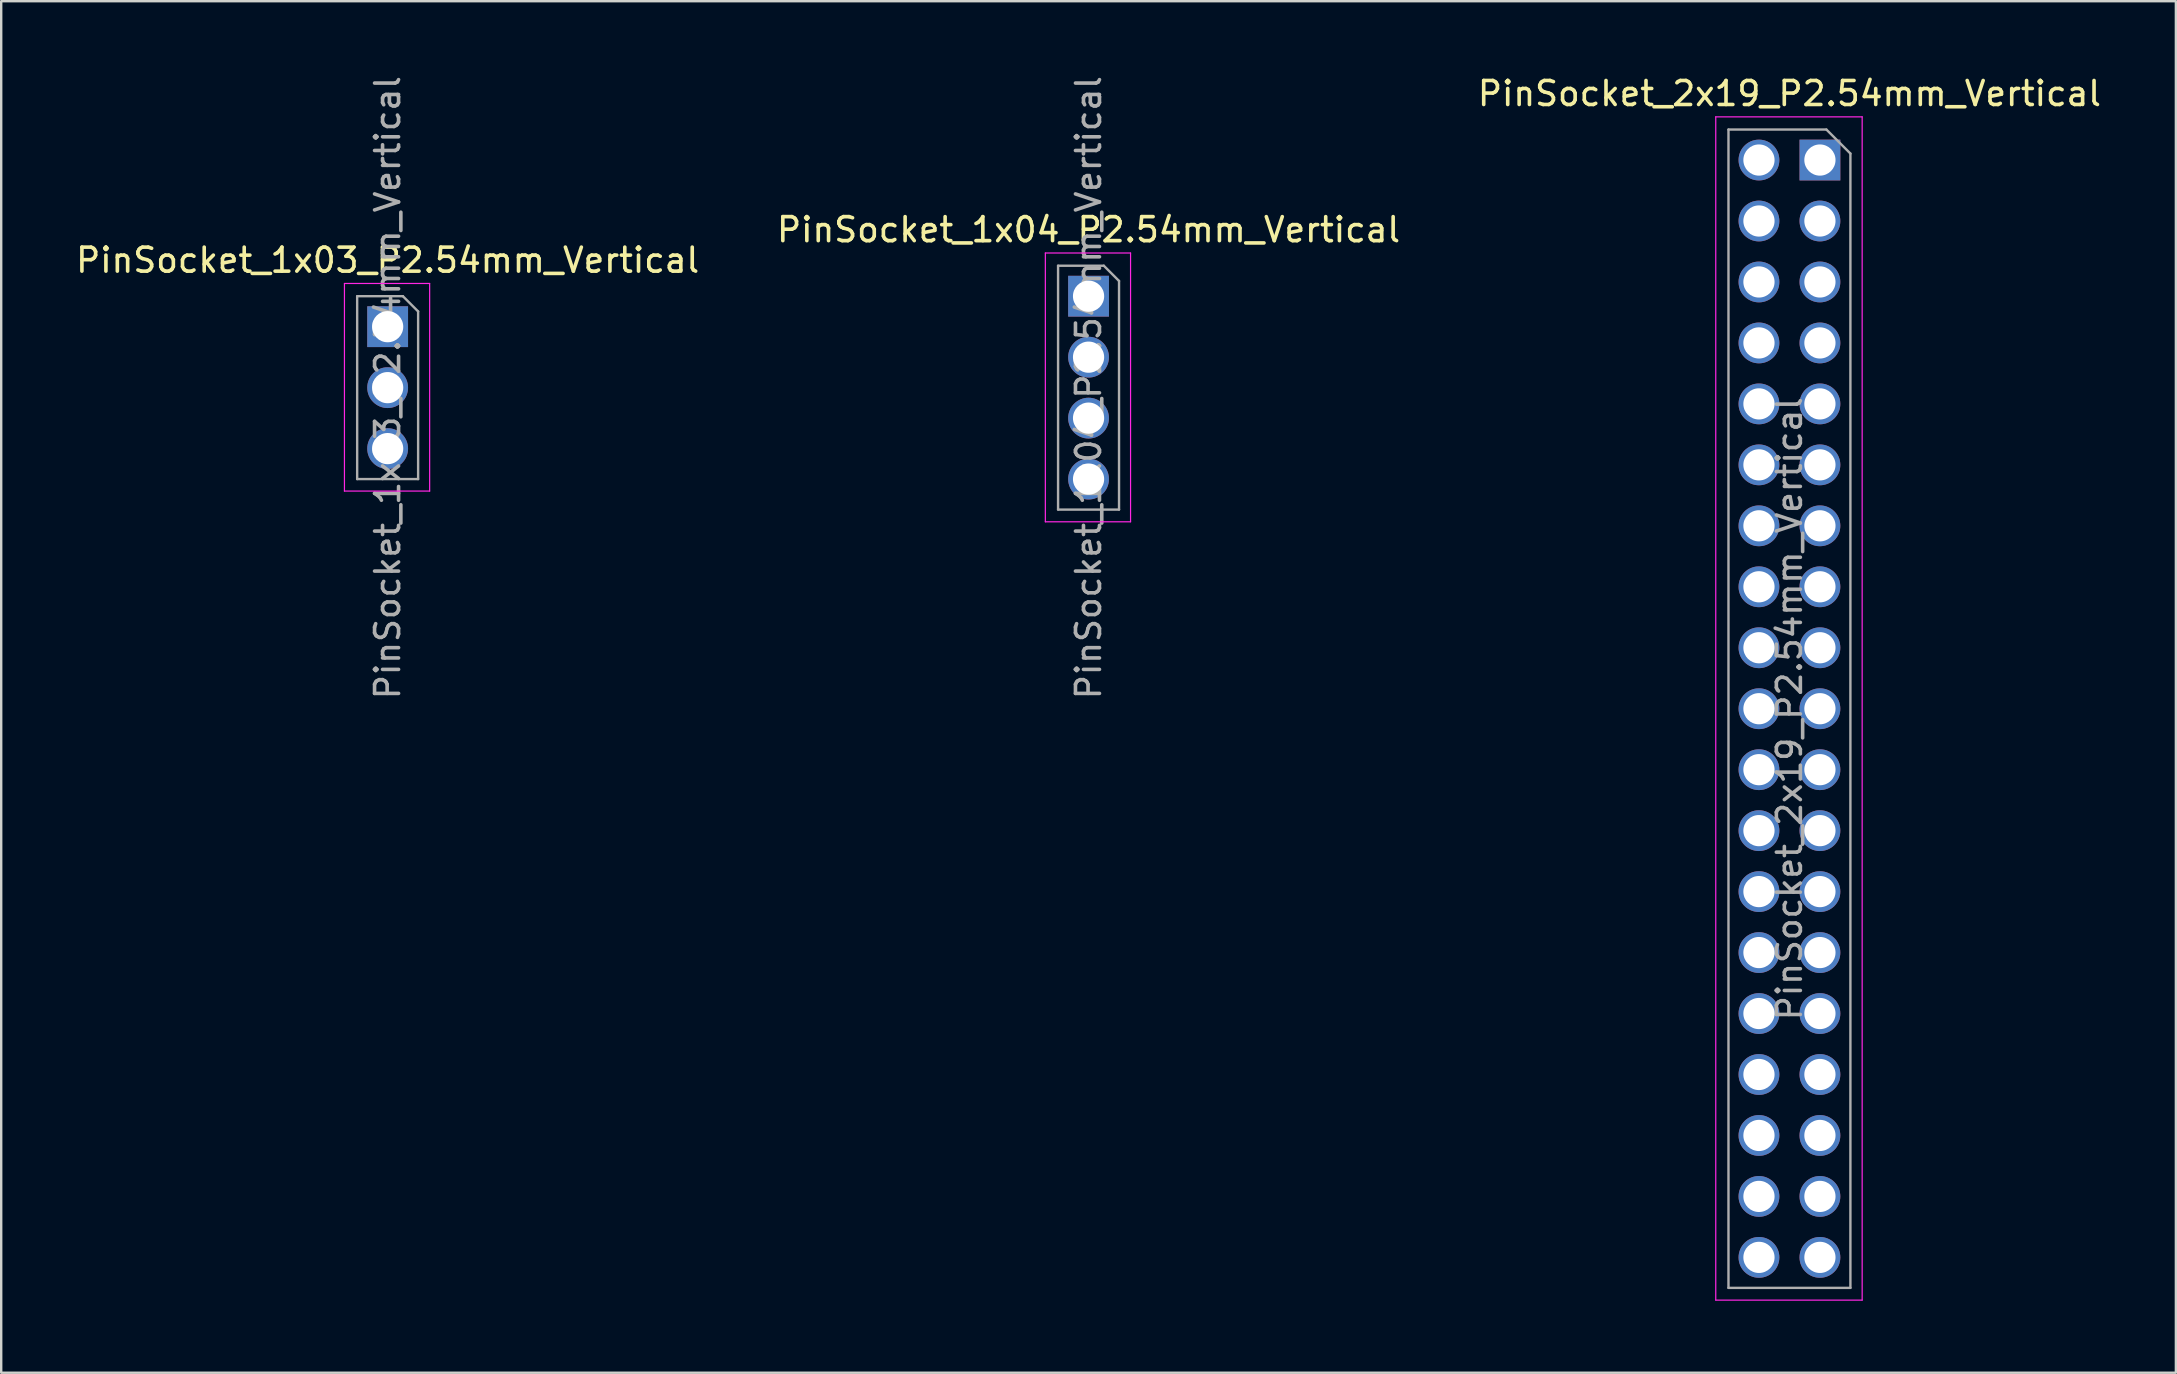
<source format=kicad_pcb>
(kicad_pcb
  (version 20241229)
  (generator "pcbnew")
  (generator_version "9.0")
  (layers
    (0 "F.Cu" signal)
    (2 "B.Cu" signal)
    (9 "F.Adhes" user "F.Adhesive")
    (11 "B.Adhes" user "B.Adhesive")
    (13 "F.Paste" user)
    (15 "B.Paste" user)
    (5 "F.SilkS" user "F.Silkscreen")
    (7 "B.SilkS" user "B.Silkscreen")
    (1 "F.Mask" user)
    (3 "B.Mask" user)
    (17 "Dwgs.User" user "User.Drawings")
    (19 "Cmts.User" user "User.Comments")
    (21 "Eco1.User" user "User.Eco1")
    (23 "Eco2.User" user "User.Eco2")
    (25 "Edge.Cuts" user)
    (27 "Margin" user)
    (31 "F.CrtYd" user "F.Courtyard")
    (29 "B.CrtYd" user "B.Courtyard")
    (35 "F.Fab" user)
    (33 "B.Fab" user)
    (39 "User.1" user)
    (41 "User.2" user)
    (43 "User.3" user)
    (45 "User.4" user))
  (footprint "PinSocket_1x04_P2.54mm_Vertical"
    (layer "F.Cu")
    (at 42.304 9.291)
    (property "Reference" "PinSocket_1x04_P2.54mm_Vertical" (at 0 -2.77 0) (layer "F.SilkS") (effects (font (size 1 1) (thickness 0.15))))
    (attr through_hole)
    (fp_line (start -1.8 -1.8) (end 1.75 -1.8) (stroke (width 0.05) (type solid)) (layer "F.CrtYd"))
    (fp_line (start -1.8 9.4) (end -1.8 -1.8) (stroke (width 0.05) (type solid)) (layer "F.CrtYd"))
    (fp_line (start 1.75 -1.8) (end 1.75 9.4) (stroke (width 0.05) (type solid)) (layer "F.CrtYd"))
    (fp_line (start 1.75 9.4) (end -1.8 9.4) (stroke (width 0.05) (type solid)) (layer "F.CrtYd"))
    (fp_line (start -1.27 -1.27) (end 0.635 -1.27) (stroke (width 0.1) (type solid)) (layer "F.Fab"))
    (fp_line (start -1.27 8.89) (end -1.27 -1.27) (stroke (width 0.1) (type solid)) (layer "F.Fab"))
    (fp_line (start 0.635 -1.27) (end 1.27 -0.635) (stroke (width 0.1) (type solid)) (layer "F.Fab"))
    (fp_line (start 1.27 -0.635) (end 1.27 8.89) (stroke (width 0.1) (type solid)) (layer "F.Fab"))
    (fp_line (start 1.27 8.89) (end -1.27 8.89) (stroke (width 0.1) (type solid)) (layer "F.Fab"))
    (fp_text user "${REFERENCE}" (at 0 3.81 90) (layer "F.Fab") (effects (font (size 1 1) (thickness 0.15))))
    (pad "1" thru_hole rect (at 0 0) (size 1.7 1.7) (drill 1.3) (layers "*.Cu" "*.Mask"))
    (pad "2" thru_hole oval (at 0 2.54) (size 1.7 1.7) (drill 1.3) (layers "*.Cu" "*.Mask"))
    (pad "3" thru_hole oval (at 0 5.08) (size 1.7 1.7) (drill 1.3) (layers "*.Cu" "*.Mask"))
    (pad "4" thru_hole oval (at 0 7.62) (size 1.7 1.7) (drill 1.3) (layers "*.Cu" "*.Mask")))
  (footprint "PinSocket_1x03_P2.54mm_Vertical"
    (layer "F.Cu")
    (at 13.101 10.561)
    (property "Reference" "PinSocket_1x03_P2.54mm_Vertical" (at 0 -2.77 0) (layer "F.SilkS") (effects (font (size 1 1) (thickness 0.15))))
    (attr through_hole)
    (fp_line (start -1.8 -1.8) (end 1.75 -1.8) (stroke (width 0.05) (type solid)) (layer "F.CrtYd"))
    (fp_line (start -1.8 6.85) (end -1.8 -1.8) (stroke (width 0.05) (type solid)) (layer "F.CrtYd"))
    (fp_line (start 1.75 -1.8) (end 1.75 6.85) (stroke (width 0.05) (type solid)) (layer "F.CrtYd"))
    (fp_line (start 1.75 6.85) (end -1.8 6.85) (stroke (width 0.05) (type solid)) (layer "F.CrtYd"))
    (fp_line (start -1.27 -1.27) (end 0.635 -1.27) (stroke (width 0.1) (type solid)) (layer "F.Fab"))
    (fp_line (start -1.27 6.35) (end -1.27 -1.27) (stroke (width 0.1) (type solid)) (layer "F.Fab"))
    (fp_line (start 0.635 -1.27) (end 1.27 -0.635) (stroke (width 0.1) (type solid)) (layer "F.Fab"))
    (fp_line (start 1.27 -0.635) (end 1.27 6.35) (stroke (width 0.1) (type solid)) (layer "F.Fab"))
    (fp_line (start 1.27 6.35) (end -1.27 6.35) (stroke (width 0.1) (type solid)) (layer "F.Fab"))
    (fp_text user "${REFERENCE}" (at 0 2.54 90) (layer "F.Fab") (effects (font (size 1 1) (thickness 0.15))))
    (pad "1" thru_hole rect (at 0 0) (size 1.7 1.7) (drill 1.3) (layers "*.Cu" "*.Mask"))
    (pad "2" thru_hole oval (at 0 2.54) (size 1.7 1.7) (drill 1.3) (layers "*.Cu" "*.Mask"))
    (pad "3" thru_hole oval (at 0 5.08) (size 1.7 1.7) (drill 1.3) (layers "*.Cu" "*.Mask")))
  (footprint "PinSocket_2x19_P2.54mm_Vertical"
    (layer "F.Cu")
    (at 72.776 3.618)
    (property "Reference" "PinSocket_2x19_P2.54mm_Vertical" (at -1.27 -2.77 0) (layer "F.SilkS") (effects (font (size 1 1) (thickness 0.15))))
    (attr through_hole)
    (fp_line (start -4.34 -1.8) (end 1.76 -1.8) (stroke (width 0.05) (type solid)) (layer "F.CrtYd"))
    (fp_line (start -4.34 47.5) (end -4.34 -1.8) (stroke (width 0.05) (type solid)) (layer "F.CrtYd"))
    (fp_line (start 1.76 -1.8) (end 1.76 47.5) (stroke (width 0.05) (type solid)) (layer "F.CrtYd"))
    (fp_line (start 1.76 47.5) (end -4.34 47.5) (stroke (width 0.05) (type solid)) (layer "F.CrtYd"))
    (fp_line (start -3.81 -1.27) (end 0.27 -1.27) (stroke (width 0.1) (type solid)) (layer "F.Fab"))
    (fp_line (start -3.81 46.99) (end -3.81 -1.27) (stroke (width 0.1) (type solid)) (layer "F.Fab"))
    (fp_line (start 0.27 -1.27) (end 1.27 -0.27) (stroke (width 0.1) (type solid)) (layer "F.Fab"))
    (fp_line (start 1.27 -0.27) (end 1.27 46.99) (stroke (width 0.1) (type solid)) (layer "F.Fab"))
    (fp_line (start 1.27 46.99) (end -3.81 46.99) (stroke (width 0.1) (type solid)) (layer "F.Fab"))
    (fp_text user "${REFERENCE}" (at -1.27 22.86 90) (layer "F.Fab") (effects (font (size 1 1) (thickness 0.15))))
    (pad "1" thru_hole rect (at 0 0) (size 1.7 1.7) (drill 1.3) (layers "*.Cu" "*.Mask"))
    (pad "2" thru_hole oval (at -2.54 0) (size 1.7 1.7) (drill 1.3) (layers "*.Cu" "*.Mask"))
    (pad "3" thru_hole oval (at 0 2.54) (size 1.7 1.7) (drill 1.3) (layers "*.Cu" "*.Mask"))
    (pad "4" thru_hole oval (at -2.54 2.54) (size 1.7 1.7) (drill 1.3) (layers "*.Cu" "*.Mask"))
    (pad "5" thru_hole oval (at 0 5.08) (size 1.7 1.7) (drill 1.3) (layers "*.Cu" "*.Mask"))
    (pad "6" thru_hole oval (at -2.54 5.08) (size 1.7 1.7) (drill 1.3) (layers "*.Cu" "*.Mask"))
    (pad "7" thru_hole oval (at 0 7.62) (size 1.7 1.7) (drill 1.3) (layers "*.Cu" "*.Mask"))
    (pad "8" thru_hole oval (at -2.54 7.62) (size 1.7 1.7) (drill 1.3) (layers "*.Cu" "*.Mask"))
    (pad "9" thru_hole oval (at 0 10.16) (size 1.7 1.7) (drill 1.3) (layers "*.Cu" "*.Mask"))
    (pad "10" thru_hole oval (at -2.54 10.16) (size 1.7 1.7) (drill 1.3) (layers "*.Cu" "*.Mask"))
    (pad "11" thru_hole oval (at 0 12.7) (size 1.7 1.7) (drill 1.3) (layers "*.Cu" "*.Mask"))
    (pad "12" thru_hole oval (at -2.54 12.7) (size 1.7 1.7) (drill 1.3) (layers "*.Cu" "*.Mask"))
    (pad "13" thru_hole oval (at 0 15.24) (size 1.7 1.7) (drill 1.3) (layers "*.Cu" "*.Mask"))
    (pad "14" thru_hole oval (at -2.54 15.24) (size 1.7 1.7) (drill 1.3) (layers "*.Cu" "*.Mask"))
    (pad "15" thru_hole oval (at 0 17.78) (size 1.7 1.7) (drill 1.3) (layers "*.Cu" "*.Mask"))
    (pad "16" thru_hole oval (at -2.54 17.78) (size 1.7 1.7) (drill 1.3) (layers "*.Cu" "*.Mask"))
    (pad "17" thru_hole oval (at 0 20.32) (size 1.7 1.7) (drill 1.3) (layers "*.Cu" "*.Mask"))
    (pad "18" thru_hole oval (at -2.54 20.32) (size 1.7 1.7) (drill 1.3) (layers "*.Cu" "*.Mask"))
    (pad "19" thru_hole oval (at 0 22.86) (size 1.7 1.7) (drill 1.3) (layers "*.Cu" "*.Mask"))
    (pad "20" thru_hole oval (at -2.54 22.86) (size 1.7 1.7) (drill 1.3) (layers "*.Cu" "*.Mask"))
    (pad "21" thru_hole oval (at 0 25.4) (size 1.7 1.7) (drill 1.3) (layers "*.Cu" "*.Mask"))
    (pad "22" thru_hole oval (at -2.54 25.4) (size 1.7 1.7) (drill 1.3) (layers "*.Cu" "*.Mask"))
    (pad "23" thru_hole oval (at 0 27.94) (size 1.7 1.7) (drill 1.3) (layers "*.Cu" "*.Mask"))
    (pad "24" thru_hole oval (at -2.54 27.94) (size 1.7 1.7) (drill 1.3) (layers "*.Cu" "*.Mask"))
    (pad "25" thru_hole oval (at 0 30.48) (size 1.7 1.7) (drill 1.3) (layers "*.Cu" "*.Mask"))
    (pad "26" thru_hole oval (at -2.54 30.48) (size 1.7 1.7) (drill 1.3) (layers "*.Cu" "*.Mask"))
    (pad "27" thru_hole oval (at 0 33.02) (size 1.7 1.7) (drill 1.3) (layers "*.Cu" "*.Mask"))
    (pad "28" thru_hole oval (at -2.54 33.02) (size 1.7 1.7) (drill 1.3) (layers "*.Cu" "*.Mask"))
    (pad "29" thru_hole oval (at 0 35.56) (size 1.7 1.7) (drill 1.3) (layers "*.Cu" "*.Mask"))
    (pad "30" thru_hole oval (at -2.54 35.56) (size 1.7 1.7) (drill 1.3) (layers "*.Cu" "*.Mask"))
    (pad "31" thru_hole oval (at 0 38.1) (size 1.7 1.7) (drill 1.3) (layers "*.Cu" "*.Mask"))
    (pad "32" thru_hole oval (at -2.54 38.1) (size 1.7 1.7) (drill 1.3) (layers "*.Cu" "*.Mask"))
    (pad "33" thru_hole oval (at 0 40.64) (size 1.7 1.7) (drill 1.3) (layers "*.Cu" "*.Mask"))
    (pad "34" thru_hole oval (at -2.54 40.64) (size 1.7 1.7) (drill 1.3) (layers "*.Cu" "*.Mask"))
    (pad "35" thru_hole oval (at 0 43.18) (size 1.7 1.7) (drill 1.3) (layers "*.Cu" "*.Mask"))
    (pad "36" thru_hole oval (at -2.54 43.18) (size 1.7 1.7) (drill 1.3) (layers "*.Cu" "*.Mask"))
    (pad "37" thru_hole oval (at 0 45.72) (size 1.7 1.7) (drill 1.3) (layers "*.Cu" "*.Mask"))
    (pad "38" thru_hole oval (at -2.54 45.72) (size 1.7 1.7) (drill 1.3) (layers "*.Cu" "*.Mask")))
  (gr_rect
    (start -3 -3)
    (end 87.607 54.143)
    (stroke (width 0.1) (type default))
    (fill no)
    (layer "Edge.Cuts")))
</source>
